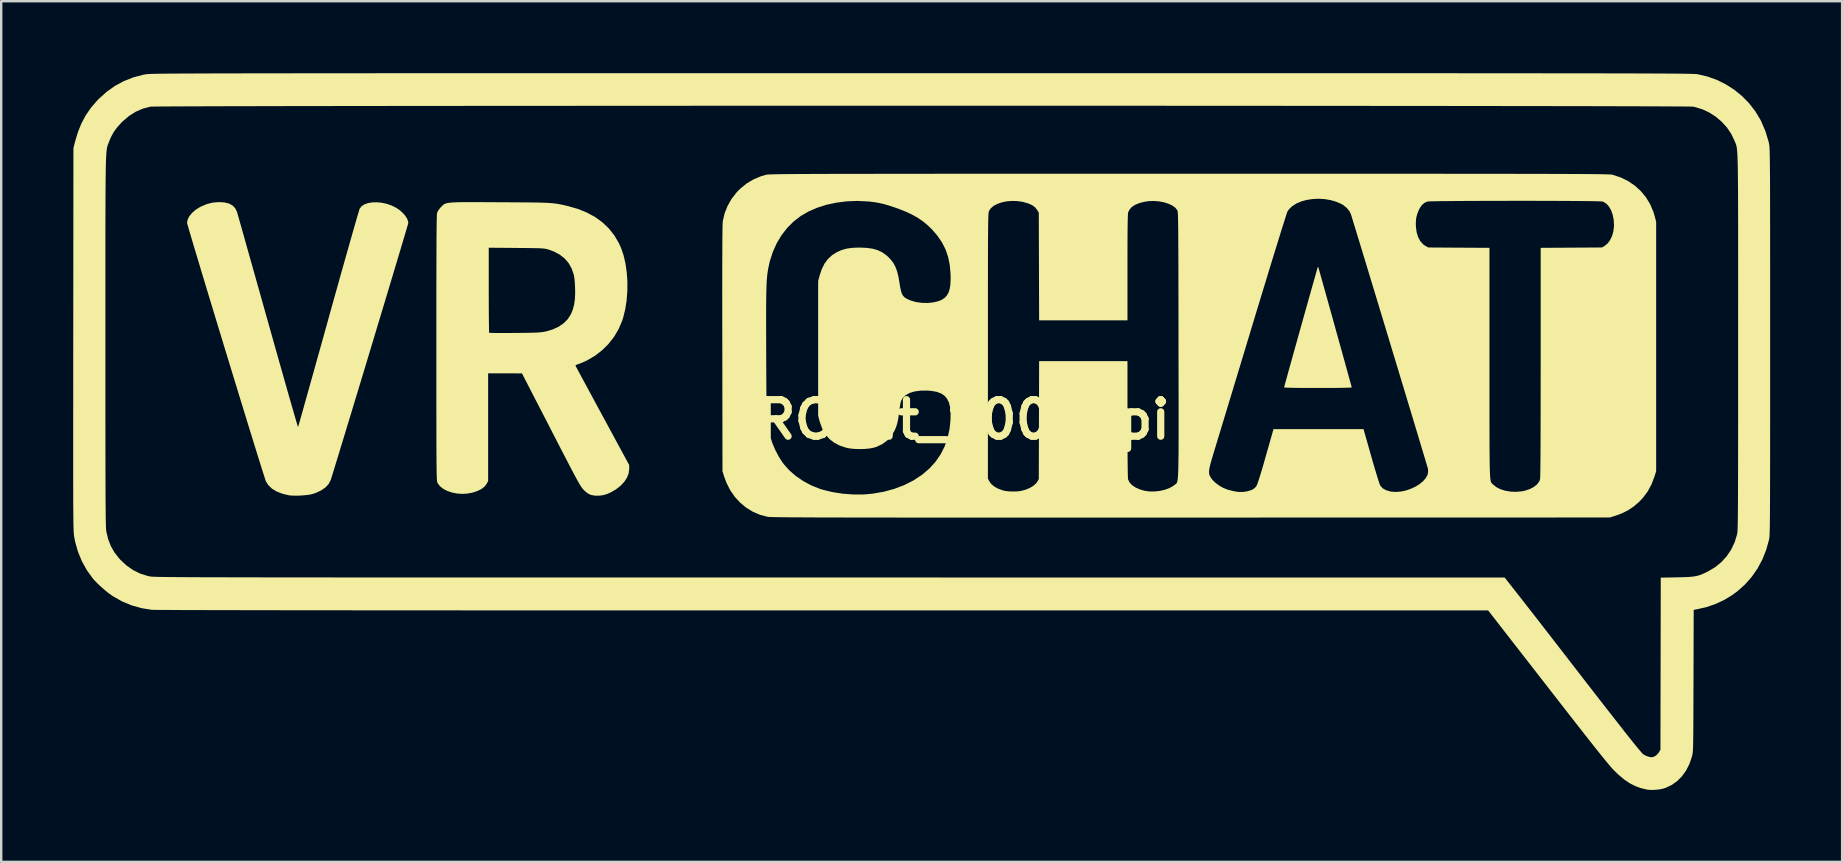
<source format=kicad_pcb>
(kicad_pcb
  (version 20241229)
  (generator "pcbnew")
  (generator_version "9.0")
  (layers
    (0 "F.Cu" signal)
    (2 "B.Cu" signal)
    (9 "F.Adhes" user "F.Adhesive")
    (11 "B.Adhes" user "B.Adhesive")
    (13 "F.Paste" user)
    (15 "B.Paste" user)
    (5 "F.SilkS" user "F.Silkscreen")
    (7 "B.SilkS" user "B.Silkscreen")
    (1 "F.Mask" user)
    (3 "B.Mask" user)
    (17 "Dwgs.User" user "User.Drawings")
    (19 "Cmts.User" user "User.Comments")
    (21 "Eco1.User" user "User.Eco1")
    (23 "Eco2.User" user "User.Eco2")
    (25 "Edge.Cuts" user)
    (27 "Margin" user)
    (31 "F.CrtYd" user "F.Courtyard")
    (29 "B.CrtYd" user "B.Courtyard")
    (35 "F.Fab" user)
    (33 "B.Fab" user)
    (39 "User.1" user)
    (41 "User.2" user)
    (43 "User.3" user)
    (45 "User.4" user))
  (footprint "VRChat_1000dpi"
    (layer "F.Cu")
    (at 36.471 14.44)
    (property "Reference" "VRChat_1000dpi" (at 0 0 0) (layer "F.SilkS") (effects (font (size 1.524 1.524) (thickness 0.3))))
    (attr board_only exclude_from_pos_files exclude_from_bom)
    (fp_poly (pts (xy 15.417 -6.358) (xy 15.427 -6.333) (xy 15.442 -6.28) (xy 15.469 -6.185) (xy 15.507 -6.051) (xy 15.554 -5.883) (xy 15.61 -5.684) (xy 15.673 -5.458) (xy 15.743 -5.209) (xy 15.818 -4.941) (xy 15.896 -4.659) (xy 15.978 -4.365) (xy 16.062 -4.065) (xy 16.146 -3.762) (xy 16.23 -3.46) (xy 16.313 -3.163) (xy 16.393 -2.875) (xy 16.469 -2.6) (xy 16.541 -2.342) (xy 16.606 -2.105) (xy 16.665 -1.893) (xy 16.715 -1.71) (xy 16.757 -1.559) (xy 16.788 -1.446) (xy 16.808 -1.373) (xy 16.815 -1.345) (xy 16.815 -1.345) (xy 16.79 -1.34) (xy 16.716 -1.335) (xy 16.597 -1.331) (xy 16.433 -1.327) (xy 16.229 -1.324) (xy 15.985 -1.322) (xy 15.704 -1.321) (xy 15.405 -1.321) (xy 15.113 -1.321) (xy 14.847 -1.322) (xy 14.611 -1.324) (xy 14.408 -1.327) (xy 14.242 -1.33) (xy 14.116 -1.334) (xy 14.033 -1.338) (xy 13.997 -1.343) (xy 13.995 -1.344) (xy 14.002 -1.372) (xy 14.021 -1.444) (xy 14.052 -1.557) (xy 14.094 -1.707) (xy 14.144 -1.89) (xy 14.203 -2.102) (xy 14.269 -2.339) (xy 14.341 -2.597) (xy 14.417 -2.872) (xy 14.498 -3.16) (xy 14.581 -3.457) (xy 14.666 -3.76) (xy 14.751 -4.064) (xy 14.835 -4.365) (xy 14.918 -4.659) (xy 14.998 -4.943) (xy 15.074 -5.213) (xy 15.144 -5.463) (xy 15.209 -5.692) (xy 15.266 -5.894) (xy 15.315 -6.065) (xy 15.354 -6.202) (xy 15.383 -6.301) (xy 15.399 -6.357) (xy 15.404 -6.37)) (stroke (width 0) (type solid)) (fill yes) (layer "F.SilkS"))
    (fp_poly (pts (xy -30.155 -9.052) (xy -29.973 -9.005) (xy -29.828 -8.926) (xy -29.72 -8.814) (xy -29.647 -8.668) (xy -29.641 -8.648) (xy -29.63 -8.611) (xy -29.606 -8.527) (xy -29.57 -8.399) (xy -29.522 -8.23) (xy -29.463 -8.023) (xy -29.394 -7.779) (xy -29.316 -7.501) (xy -29.229 -7.192) (xy -29.134 -6.854) (xy -29.031 -6.49) (xy -28.922 -6.103) (xy -28.807 -5.694) (xy -28.687 -5.267) (xy -28.562 -4.824) (xy -28.434 -4.367) (xy -28.358 -4.098) (xy -28.228 -3.637) (xy -28.102 -3.189) (xy -27.98 -2.757) (xy -27.864 -2.344) (xy -27.752 -1.952) (xy -27.648 -1.582) (xy -27.55 -1.238) (xy -27.46 -0.922) (xy -27.378 -0.637) (xy -27.305 -0.384) (xy -27.243 -0.167) (xy -27.19 0.012) (xy -27.149 0.152) (xy -27.12 0.249) (xy -27.104 0.301) (xy -27.1 0.309) (xy -27.092 0.283) (xy -27.071 0.211) (xy -27.037 0.095) (xy -26.992 -0.064) (xy -26.936 -0.261) (xy -26.87 -0.495) (xy -26.795 -0.764) (xy -26.711 -1.064) (xy -26.618 -1.394) (xy -26.518 -1.751) (xy -26.411 -2.133) (xy -26.299 -2.537) (xy -26.18 -2.96) (xy -26.057 -3.401) (xy -25.93 -3.857) (xy -25.834 -4.204) (xy -25.704 -4.671) (xy -25.577 -5.125) (xy -25.453 -5.565) (xy -25.335 -5.988) (xy -25.222 -6.39) (xy -25.114 -6.771) (xy -25.014 -7.126) (xy -24.921 -7.455) (xy -24.835 -7.753) (xy -24.759 -8.02) (xy -24.692 -8.251) (xy -24.636 -8.446) (xy -24.59 -8.6) (xy -24.556 -8.713) (xy -24.535 -8.781) (xy -24.527 -8.8) (xy -24.446 -8.9) (xy -24.326 -8.976) (xy -24.175 -9.028) (xy -24 -9.056) (xy -23.807 -9.06) (xy -23.605 -9.039) (xy -23.399 -8.994) (xy -23.197 -8.923) (xy -23.021 -8.837) (xy -22.866 -8.733) (xy -22.73 -8.613) (xy -22.621 -8.486) (xy -22.545 -8.358) (xy -22.507 -8.237) (xy -22.505 -8.2) (xy -22.512 -8.171) (xy -22.533 -8.096) (xy -22.567 -7.978) (xy -22.614 -7.819) (xy -22.672 -7.623) (xy -22.741 -7.391) (xy -22.82 -7.127) (xy -22.907 -6.834) (xy -23.004 -6.513) (xy -23.107 -6.168) (xy -23.217 -5.801) (xy -23.333 -5.415) (xy -23.454 -5.013) (xy -23.579 -4.597) (xy -23.708 -4.17) (xy -23.839 -3.735) (xy -23.971 -3.295) (xy -24.105 -2.852) (xy -24.239 -2.409) (xy -24.372 -1.968) (xy -24.504 -1.532) (xy -24.633 -1.105) (xy -24.76 -0.688) (xy -24.882 -0.284) (xy -25 0.103) (xy -25.112 0.472) (xy -25.217 0.819) (xy -25.316 1.142) (xy -25.406 1.439) (xy -25.488 1.706) (xy -25.56 1.941) (xy -25.621 2.14) (xy -25.671 2.303) (xy -25.709 2.425) (xy -25.735 2.504) (xy -25.745 2.533) (xy -25.829 2.687) (xy -25.959 2.826) (xy -26.133 2.947) (xy -26.348 3.048) (xy -26.505 3.101) (xy -26.617 3.125) (xy -26.766 3.145) (xy -26.935 3.159) (xy -27.109 3.167) (xy -27.274 3.167) (xy -27.415 3.16) (xy -27.487 3.151) (xy -27.761 3.084) (xy -27.994 2.992) (xy -28.186 2.876) (xy -28.334 2.735) (xy -28.434 2.582) (xy -28.449 2.543) (xy -28.477 2.458) (xy -28.518 2.33) (xy -28.572 2.163) (xy -28.636 1.958) (xy -28.711 1.718) (xy -28.796 1.447) (xy -28.889 1.146) (xy -28.991 0.818) (xy -29.099 0.467) (xy -29.214 0.094) (xy -29.334 -0.297) (xy -29.459 -0.704) (xy -29.588 -1.123) (xy -29.72 -1.554) (xy -29.854 -1.992) (xy -29.989 -2.435) (xy -30.125 -2.88) (xy -30.261 -3.325) (xy -30.395 -3.766) (xy -30.528 -4.202) (xy -30.657 -4.63) (xy -30.784 -5.046) (xy -30.906 -5.448) (xy -31.022 -5.834) (xy -31.133 -6.2) (xy -31.236 -6.544) (xy -31.332 -6.864) (xy -31.42 -7.156) (xy -31.498 -7.418) (xy -31.566 -7.647) (xy -31.623 -7.841) (xy -31.668 -7.996) (xy -31.701 -8.111) (xy -31.72 -8.182) (xy -31.725 -8.206) (xy -31.7 -8.34) (xy -31.631 -8.477) (xy -31.521 -8.612) (xy -31.377 -8.739) (xy -31.201 -8.852) (xy -31.128 -8.89) (xy -30.891 -8.988) (xy -30.659 -9.046) (xy -30.413 -9.067) (xy -30.377 -9.067)) (stroke (width 0) (type solid)) (fill yes) (layer "F.SilkS"))
    (fp_poly (pts (xy -19.738 -9.066) (xy -19.445 -9.065) (xy -19.107 -9.063) (xy -18.723 -9.061) (xy -18.689 -9.061) (xy -18.304 -9.059) (xy -17.966 -9.057) (xy -17.671 -9.055) (xy -17.414 -9.053) (xy -17.192 -9.05) (xy -17 -9.046) (xy -16.834 -9.04) (xy -16.691 -9.034) (xy -16.567 -9.026) (xy -16.456 -9.016) (xy -16.356 -9.004) (xy -16.261 -8.989) (xy -16.169 -8.972) (xy -16.074 -8.953) (xy -15.974 -8.93) (xy -15.863 -8.904) (xy -15.837 -8.898) (xy -15.426 -8.779) (xy -15.05 -8.626) (xy -14.71 -8.439) (xy -14.408 -8.218) (xy -14.143 -7.964) (xy -13.916 -7.677) (xy -13.729 -7.359) (xy -13.64 -7.163) (xy -13.532 -6.848) (xy -13.452 -6.5) (xy -13.399 -6.128) (xy -13.373 -5.742) (xy -13.376 -5.35) (xy -13.406 -4.964) (xy -13.465 -4.592) (xy -13.552 -4.244) (xy -13.591 -4.123) (xy -13.739 -3.776) (xy -13.93 -3.452) (xy -14.161 -3.156) (xy -14.428 -2.891) (xy -14.728 -2.661) (xy -15.057 -2.469) (xy -15.125 -2.436) (xy -15.233 -2.388) (xy -15.339 -2.345) (xy -15.422 -2.314) (xy -15.438 -2.309) (xy -15.501 -2.285) (xy -15.535 -2.26) (xy -15.536 -2.25) (xy -15.523 -2.224) (xy -15.487 -2.157) (xy -15.43 -2.051) (xy -15.355 -1.91) (xy -15.262 -1.737) (xy -15.153 -1.536) (xy -15.03 -1.308) (xy -14.895 -1.059) (xy -14.75 -0.79) (xy -14.596 -0.504) (xy -14.434 -0.206) (xy -14.412 -0.165) (xy -13.298 1.892) (xy -13.298 2.058) (xy -13.322 2.241) (xy -13.393 2.421) (xy -13.507 2.595) (xy -13.66 2.757) (xy -13.849 2.905) (xy -14.069 3.032) (xy -14.204 3.093) (xy -14.371 3.144) (xy -14.552 3.168) (xy -14.73 3.166) (xy -14.887 3.137) (xy -14.927 3.123) (xy -15.036 3.065) (xy -15.148 2.972) (xy -15.206 2.913) (xy -15.233 2.883) (xy -15.262 2.848) (xy -15.292 2.805) (xy -15.327 2.753) (xy -15.367 2.687) (xy -15.415 2.604) (xy -15.472 2.503) (xy -15.539 2.379) (xy -15.619 2.23) (xy -15.712 2.053) (xy -15.821 1.845) (xy -15.946 1.603) (xy -16.091 1.324) (xy -16.255 1.006) (xy -16.407 0.711) (xy -16.566 0.403) (xy -16.72 0.102) (xy -16.869 -0.187) (xy -17.011 -0.461) (xy -17.142 -0.716) (xy -17.262 -0.948) (xy -17.368 -1.154) (xy -17.458 -1.33) (xy -17.531 -1.472) (xy -17.585 -1.575) (xy -17.614 -1.631) (xy -17.767 -1.929) (xy -18.472 -1.93) (xy -19.177 -1.93) (xy -19.177 2.557) (xy -19.236 2.669) (xy -19.325 2.788) (xy -19.457 2.891) (xy -19.629 2.976) (xy -19.832 3.041) (xy -20.047 3.081) (xy -20.266 3.093) (xy -20.484 3.077) (xy -20.691 3.035) (xy -20.881 2.97) (xy -21.046 2.884) (xy -21.179 2.78) (xy -21.272 2.662) (xy -21.288 2.63) (xy -21.293 2.617) (xy -21.298 2.601) (xy -21.303 2.58) (xy -21.307 2.551) (xy -21.311 2.513) (xy -21.314 2.464) (xy -21.317 2.401) (xy -21.32 2.323) (xy -21.322 2.228) (xy -21.324 2.113) (xy -21.326 1.977) (xy -21.328 1.818) (xy -21.329 1.633) (xy -21.331 1.42) (xy -21.332 1.179) (xy -21.333 0.905) (xy -21.333 0.598) (xy -21.334 0.256) (xy -21.334 -0.125) (xy -21.335 -0.544) (xy -21.335 -1.006) (xy -21.335 -1.511) (xy -21.335 -2.062) (xy -21.335 -2.66) (xy -21.335 -2.994) (xy -21.335 -3.649) (xy -21.335 -4.254) (xy -21.335 -4.811) (xy -21.335 -5.323) (xy -21.334 -5.791) (xy -21.333 -6.216) (xy -21.332 -6.6) (xy -21.331 -6.945) (xy -21.33 -7.166) (xy -19.152 -7.166) (xy -19.152 -5.403) (xy -19.151 -5.109) (xy -19.151 -4.829) (xy -19.149 -4.568) (xy -19.148 -4.33) (xy -19.146 -4.12) (xy -19.143 -3.941) (xy -19.141 -3.798) (xy -19.138 -3.695) (xy -19.135 -3.635) (xy -19.133 -3.622) (xy -19.104 -3.618) (xy -19.03 -3.615) (xy -18.916 -3.613) (xy -18.767 -3.611) (xy -18.59 -3.611) (xy -18.388 -3.611) (xy -18.168 -3.613) (xy -18.06 -3.614) (xy -17.796 -3.616) (xy -17.577 -3.619) (xy -17.397 -3.623) (xy -17.251 -3.626) (xy -17.133 -3.631) (xy -17.037 -3.637) (xy -16.958 -3.645) (xy -16.889 -3.654) (xy -16.826 -3.665) (xy -16.764 -3.678) (xy -16.486 -3.76) (xy -16.241 -3.873) (xy -16.033 -4.015) (xy -15.864 -4.184) (xy -15.737 -4.379) (xy -15.724 -4.403) (xy -15.648 -4.591) (xy -15.595 -4.792) (xy -15.562 -5.016) (xy -15.55 -5.271) (xy -15.553 -5.474) (xy -15.563 -5.691) (xy -15.579 -5.871) (xy -15.6 -6.008) (xy -15.609 -6.045) (xy -15.699 -6.303) (xy -15.824 -6.527) (xy -15.988 -6.717) (xy -16.19 -6.876) (xy -16.432 -7.005) (xy -16.667 -7.091) (xy -16.713 -7.104) (xy -16.758 -7.115) (xy -16.808 -7.124) (xy -16.867 -7.132) (xy -16.941 -7.138) (xy -17.035 -7.143) (xy -17.153 -7.146) (xy -17.302 -7.149) (xy -17.485 -7.152) (xy -17.709 -7.154) (xy -17.977 -7.156) (xy -18.002 -7.157) (xy -19.152 -7.166) (xy -21.33 -7.166) (xy -21.33 -7.252) (xy -21.329 -7.524) (xy -21.327 -7.761) (xy -21.325 -7.965) (xy -21.323 -8.139) (xy -21.32 -8.283) (xy -21.318 -8.399) (xy -21.315 -8.489) (xy -21.312 -8.555) (xy -21.308 -8.599) (xy -21.305 -8.62) (xy -21.262 -8.709) (xy -21.188 -8.81) (xy -21.146 -8.856) (xy -21.11 -8.893) (xy -21.078 -8.926) (xy -21.046 -8.955) (xy -21.011 -8.979) (xy -20.969 -9) (xy -20.917 -9.017) (xy -20.852 -9.031) (xy -20.77 -9.043) (xy -20.668 -9.051) (xy -20.543 -9.058) (xy -20.39 -9.062) (xy -20.208 -9.065) (xy -19.992 -9.066)) (stroke (width 0) (type solid)) (fill yes) (layer "F.SilkS"))
    (fp_poly (pts (xy 0.435 -14.44) (xy 1.924 -14.44) (xy 3.365 -14.44) (xy 4.757 -14.44) (xy 6.101 -14.44) (xy 7.4 -14.44) (xy 8.652 -14.44) (xy 9.859 -14.44) (xy 11.022 -14.44) (xy 12.142 -14.44) (xy 13.219 -14.439) (xy 14.255 -14.439) (xy 15.249 -14.439) (xy 16.204 -14.439) (xy 17.12 -14.439) (xy 17.997 -14.439) (xy 18.837 -14.439) (xy 19.64 -14.438) (xy 20.407 -14.438) (xy 21.139 -14.438) (xy 21.837 -14.437) (xy 22.502 -14.437) (xy 23.134 -14.437) (xy 23.734 -14.436) (xy 24.304 -14.436) (xy 24.843 -14.435) (xy 25.354 -14.435) (xy 25.836 -14.434) (xy 26.29 -14.434) (xy 26.718 -14.433) (xy 27.12 -14.433) (xy 27.497 -14.432) (xy 27.849 -14.431) (xy 28.178 -14.43) (xy 28.485 -14.43) (xy 28.77 -14.429) (xy 29.034 -14.428) (xy 29.278 -14.427) (xy 29.503 -14.426) (xy 29.709 -14.425) (xy 29.898 -14.424) (xy 30.07 -14.423) (xy 30.226 -14.422) (xy 30.367 -14.42) (xy 30.494 -14.419) (xy 30.607 -14.418) (xy 30.708 -14.416) (xy 30.797 -14.415) (xy 30.875 -14.413) (xy 30.943 -14.412) (xy 31.002 -14.41) (xy 31.052 -14.408) (xy 31.095 -14.406) (xy 31.131 -14.405) (xy 31.161 -14.403) (xy 31.186 -14.401) (xy 31.206 -14.399) (xy 31.223 -14.396) (xy 31.238 -14.394) (xy 31.242 -14.394) (xy 31.649 -14.298) (xy 32.041 -14.156) (xy 32.413 -13.97) (xy 32.763 -13.745) (xy 33.084 -13.483) (xy 33.374 -13.187) (xy 33.629 -12.859) (xy 33.844 -12.504) (xy 33.884 -12.425) (xy 34.056 -12.021) (xy 34.184 -11.597) (xy 34.205 -11.506) (xy 34.209 -11.485) (xy 34.213 -11.461) (xy 34.217 -11.433) (xy 34.221 -11.399) (xy 34.224 -11.358) (xy 34.227 -11.308) (xy 34.23 -11.247) (xy 34.233 -11.174) (xy 34.235 -11.087) (xy 34.237 -10.983) (xy 34.239 -10.863) (xy 34.241 -10.723) (xy 34.243 -10.562) (xy 34.244 -10.378) (xy 34.246 -10.17) (xy 34.247 -9.937) (xy 34.248 -9.675) (xy 34.249 -9.384) (xy 34.249 -9.063) (xy 34.25 -8.708) (xy 34.25 -8.319) (xy 34.251 -7.894) (xy 34.251 -7.431) (xy 34.251 -6.928) (xy 34.252 -6.384) (xy 34.252 -5.798) (xy 34.252 -5.166) (xy 34.252 -4.489) (xy 34.252 -3.763) (xy 34.252 -3.251) (xy 34.252 -2.493) (xy 34.252 -1.783) (xy 34.252 -1.121) (xy 34.252 -0.505) (xy 34.252 0.067) (xy 34.251 0.597) (xy 34.251 1.086) (xy 34.251 1.537) (xy 34.25 1.95) (xy 34.25 2.327) (xy 34.249 2.671) (xy 34.248 2.982) (xy 34.247 3.263) (xy 34.246 3.515) (xy 34.245 3.74) (xy 34.244 3.939) (xy 34.242 4.115) (xy 34.241 4.269) (xy 34.239 4.402) (xy 34.237 4.517) (xy 34.234 4.615) (xy 34.232 4.697) (xy 34.229 4.766) (xy 34.226 4.823) (xy 34.223 4.87) (xy 34.22 4.909) (xy 34.216 4.94) (xy 34.212 4.967) (xy 34.208 4.99) (xy 34.205 5.004) (xy 34.087 5.429) (xy 33.926 5.831) (xy 33.724 6.207) (xy 33.483 6.554) (xy 33.204 6.869) (xy 32.89 7.15) (xy 32.664 7.316) (xy 32.327 7.519) (xy 31.98 7.681) (xy 31.611 7.808) (xy 31.211 7.901) (xy 31.161 7.91) (xy 31.066 7.927) (xy 31.058 10.878) (xy 31.056 11.328) (xy 31.055 11.729) (xy 31.054 12.086) (xy 31.053 12.401) (xy 31.051 12.676) (xy 31.05 12.915) (xy 31.048 13.121) (xy 31.046 13.296) (xy 31.044 13.444) (xy 31.041 13.568) (xy 31.038 13.669) (xy 31.035 13.752) (xy 31.03 13.819) (xy 31.026 13.874) (xy 31.02 13.918) (xy 31.014 13.955) (xy 31.007 13.988) (xy 30.999 14.02) (xy 30.994 14.039) (xy 30.891 14.342) (xy 30.754 14.614) (xy 30.585 14.852) (xy 30.387 15.055) (xy 30.161 15.218) (xy 29.912 15.338) (xy 29.8 15.376) (xy 29.677 15.403) (xy 29.526 15.421) (xy 29.369 15.431) (xy 29.225 15.429) (xy 29.13 15.419) (xy 28.87 15.358) (xy 28.629 15.27) (xy 28.399 15.152) (xy 28.173 14.999) (xy 27.941 14.806) (xy 27.761 14.633) (xy 27.716 14.586) (xy 27.664 14.53) (xy 27.603 14.461) (xy 27.533 14.378) (xy 27.45 14.28) (xy 27.355 14.164) (xy 27.245 14.029) (xy 27.12 13.872) (xy 26.976 13.692) (xy 26.814 13.487) (xy 26.631 13.255) (xy 26.427 12.995) (xy 26.198 12.703) (xy 25.945 12.379) (xy 25.666 12.021) (xy 25.359 11.626) (xy 25.022 11.194) (xy 24.984 11.144) (xy 22.499 7.95) (xy -5.22 7.95) (xy -6.822 7.95) (xy -8.375 7.95) (xy -9.877 7.95) (xy -11.329 7.95) (xy -12.732 7.95) (xy -14.085 7.949) (xy -15.389 7.949) (xy -16.645 7.949) (xy -17.852 7.949) (xy -19.011 7.948) (xy -20.122 7.948) (xy -21.185 7.947) (xy -22.201 7.947) (xy -23.17 7.946) (xy -24.093 7.946) (xy -24.969 7.945) (xy -25.799 7.944) (xy -26.583 7.944) (xy -27.322 7.943) (xy -28.015 7.942) (xy -28.664 7.941) (xy -29.268 7.94) (xy -29.827 7.939) (xy -30.343 7.938) (xy -30.815 7.937) (xy -31.243 7.936) (xy -31.628 7.935) (xy -31.97 7.934) (xy -32.27 7.932) (xy -32.527 7.931) (xy -32.743 7.93) (xy -32.916 7.929) (xy -33.049 7.927) (xy -33.14 7.926) (xy -33.19 7.924) (xy -33.199 7.924) (xy -33.625 7.856) (xy -34.032 7.741) (xy -34.421 7.58) (xy -34.796 7.37) (xy -34.861 7.327) (xy -34.996 7.23) (xy -35.147 7.108) (xy -35.302 6.973) (xy -35.449 6.835) (xy -35.576 6.706) (xy -35.648 6.624) (xy -35.9 6.275) (xy -36.108 5.901) (xy -36.272 5.505) (xy -36.389 5.088) (xy -36.425 4.902) (xy -36.43 4.874) (xy -36.435 4.844) (xy -36.439 4.812) (xy -36.442 4.776) (xy -36.446 4.734) (xy -36.449 4.683) (xy -36.452 4.624) (xy -36.455 4.553) (xy -36.457 4.469) (xy -36.46 4.371) (xy -36.462 4.256) (xy -36.463 4.123) (xy -36.465 3.97) (xy -36.466 3.796) (xy -36.468 3.598) (xy -36.469 3.376) (xy -36.469 3.127) (xy -36.47 2.849) (xy -36.471 2.541) (xy -36.471 2.202) (xy -36.471 1.829) (xy -36.471 1.421) (xy -36.471 0.975) (xy -36.471 0.491) (xy -36.471 -0.033) (xy -36.47 -0.6) (xy -36.47 -1.21) (xy -36.469 -1.866) (xy -36.469 -2.569) (xy -36.468 -3.322) (xy -36.468 -3.353) (xy -36.466 -5.704) (xy -35.128 -5.704) (xy -35.128 -5.073) (xy -35.128 -4.397) (xy -35.128 -3.672) (xy -35.128 -3.251) (xy -35.128 -2.502) (xy -35.128 -1.801) (xy -35.128 -1.148) (xy -35.128 -0.541) (xy -35.128 0.022) (xy -35.127 0.543) (xy -35.127 1.023) (xy -35.126 1.464) (xy -35.126 1.868) (xy -35.125 2.236) (xy -35.124 2.57) (xy -35.123 2.872) (xy -35.122 3.143) (xy -35.12 3.386) (xy -35.119 3.601) (xy -35.117 3.791) (xy -35.116 3.957) (xy -35.114 4.1) (xy -35.111 4.224) (xy -35.109 4.328) (xy -35.107 4.416) (xy -35.104 4.488) (xy -35.101 4.546) (xy -35.098 4.592) (xy -35.094 4.628) (xy -35.09 4.655) (xy -35.09 4.659) (xy -35.014 4.979) (xy -34.903 5.267) (xy -34.751 5.532) (xy -34.555 5.783) (xy -34.496 5.848) (xy -34.243 6.082) (xy -33.973 6.27) (xy -33.683 6.413) (xy -33.368 6.513) (xy -33.287 6.531) (xy -33.275 6.533) (xy -33.26 6.535) (xy -33.242 6.538) (xy -33.221 6.54) (xy -33.195 6.542) (xy -33.164 6.544) (xy -33.126 6.546) (xy -33.08 6.548) (xy -33.027 6.55) (xy -32.964 6.551) (xy -32.891 6.553) (xy -32.808 6.554) (xy -32.713 6.556) (xy -32.605 6.557) (xy -32.483 6.559) (xy -32.347 6.56) (xy -32.196 6.561) (xy -32.029 6.563) (xy -31.844 6.564) (xy -31.642 6.565) (xy -31.42 6.566) (xy -31.179 6.567) (xy -30.917 6.568) (xy -30.634 6.569) (xy -30.328 6.569) (xy -29.999 6.57) (xy -29.646 6.571) (xy -29.268 6.572) (xy -28.863 6.572) (xy -28.432 6.573) (xy -27.973 6.573) (xy -27.486 6.574) (xy -26.969 6.574) (xy -26.421 6.575) (xy -25.842 6.575) (xy -25.231 6.576) (xy -24.587 6.576) (xy -23.909 6.576) (xy -23.196 6.576) (xy -22.448 6.577) (xy -21.663 6.577) (xy -20.84 6.577) (xy -19.979 6.577) (xy -19.078 6.577) (xy -18.138 6.578) (xy -17.156 6.578) (xy -16.132 6.578) (xy -15.066 6.578) (xy -13.956 6.578) (xy -12.801 6.578) (xy -11.601 6.578) (xy -10.354 6.578) (xy -9.06 6.578) (xy -7.718 6.578) (xy -6.327 6.578) (xy -4.935 6.578) (xy 23.188 6.579) (xy 23.781 7.334) (xy 23.906 7.493) (xy 24.057 7.687) (xy 24.229 7.908) (xy 24.418 8.15) (xy 24.618 8.407) (xy 24.824 8.673) (xy 25.033 8.942) (xy 25.238 9.207) (xy 25.416 9.436) (xy 25.685 9.784) (xy 25.926 10.096) (xy 26.141 10.374) (xy 26.333 10.622) (xy 26.505 10.844) (xy 26.658 11.042) (xy 26.797 11.221) (xy 26.922 11.383) (xy 27.038 11.532) (xy 27.146 11.671) (xy 27.25 11.804) (xy 27.351 11.934) (xy 27.453 12.065) (xy 27.559 12.2) (xy 27.67 12.342) (xy 27.789 12.494) (xy 27.92 12.661) (xy 28.064 12.845) (xy 28.119 12.916) (xy 28.272 13.111) (xy 28.419 13.296) (xy 28.555 13.465) (xy 28.677 13.616) (xy 28.782 13.743) (xy 28.866 13.842) (xy 28.926 13.91) (xy 28.958 13.942) (xy 29.059 14) (xy 29.178 14.046) (xy 29.289 14.069) (xy 29.308 14.07) (xy 29.368 14.059) (xy 29.443 14.029) (xy 29.464 14.018) (xy 29.538 13.96) (xy 29.605 13.883) (xy 29.62 13.859) (xy 29.68 13.754) (xy 29.687 10.169) (xy 29.693 6.584) (xy 30.36 6.572) (xy 30.598 6.566) (xy 30.793 6.559) (xy 30.955 6.548) (xy 31.091 6.532) (xy 31.209 6.509) (xy 31.32 6.477) (xy 31.429 6.436) (xy 31.547 6.382) (xy 31.663 6.325) (xy 31.958 6.15) (xy 32.218 5.937) (xy 32.443 5.691) (xy 32.628 5.416) (xy 32.772 5.113) (xy 32.872 4.787) (xy 32.881 4.745) (xy 32.885 4.723) (xy 32.888 4.69) (xy 32.891 4.647) (xy 32.894 4.589) (xy 32.897 4.517) (xy 32.9 4.428) (xy 32.902 4.321) (xy 32.904 4.194) (xy 32.906 4.046) (xy 32.908 3.874) (xy 32.909 3.677) (xy 32.911 3.454) (xy 32.912 3.203) (xy 32.913 2.923) (xy 32.914 2.61) (xy 32.915 2.265) (xy 32.916 1.885) (xy 32.916 1.469) (xy 32.917 1.015) (xy 32.917 0.521) (xy 32.918 -0.013) (xy 32.918 -0.591) (xy 32.918 -1.213) (xy 32.918 -1.882) (xy 32.918 -2.598) (xy 32.918 -3.241) (xy 32.918 -3.997) (xy 32.918 -4.704) (xy 32.919 -5.364) (xy 32.919 -5.978) (xy 32.919 -6.547) (xy 32.918 -7.075) (xy 32.918 -7.562) (xy 32.918 -8.011) (xy 32.917 -8.422) (xy 32.916 -8.798) (xy 32.915 -9.14) (xy 32.914 -9.451) (xy 32.912 -9.731) (xy 32.91 -9.982) (xy 32.908 -10.207) (xy 32.905 -10.407) (xy 32.902 -10.583) (xy 32.898 -10.738) (xy 32.894 -10.873) (xy 32.89 -10.989) (xy 32.884 -11.089) (xy 32.878 -11.175) (xy 32.872 -11.247) (xy 32.865 -11.308) (xy 32.857 -11.359) (xy 32.849 -11.402) (xy 32.839 -11.439) (xy 32.829 -11.472) (xy 32.819 -11.501) (xy 32.807 -11.53) (xy 32.794 -11.559) (xy 32.781 -11.591) (xy 32.767 -11.626) (xy 32.63 -11.911) (xy 32.451 -12.176) (xy 32.235 -12.415) (xy 31.987 -12.625) (xy 31.715 -12.801) (xy 31.424 -12.937) (xy 31.119 -13.029) (xy 31.039 -13.045) (xy 31.004 -13.047) (xy 30.919 -13.048) (xy 30.786 -13.05) (xy 30.606 -13.052) (xy 30.379 -13.053) (xy 30.108 -13.055) (xy 29.792 -13.056) (xy 29.435 -13.058) (xy 29.035 -13.059) (xy 28.596 -13.061) (xy 28.117 -13.062) (xy 27.601 -13.063) (xy 27.048 -13.065) (xy 26.459 -13.066) (xy 25.836 -13.067) (xy 25.18 -13.068) (xy 24.492 -13.069) (xy 23.773 -13.07) (xy 23.024 -13.071) (xy 22.247 -13.072) (xy 21.442 -13.073) (xy 20.612 -13.074) (xy 19.756 -13.075) (xy 18.877 -13.076) (xy 17.974 -13.076) (xy 17.051 -13.077) (xy 16.107 -13.078) (xy 15.144 -13.079) (xy 14.163 -13.079) (xy 13.165 -13.08) (xy 12.152 -13.08) (xy 11.125 -13.081) (xy 10.084 -13.081) (xy 9.031 -13.082) (xy 7.967 -13.082) (xy 6.893 -13.082) (xy 5.811 -13.083) (xy 4.722 -13.083) (xy 3.626 -13.083) (xy 2.525 -13.083) (xy 1.421 -13.083) (xy 0.314 -13.083) (xy -0.795 -13.083) (xy -1.904 -13.083) (xy -3.012 -13.083) (xy -4.119 -13.083) (xy -5.222 -13.083) (xy -6.32 -13.083) (xy -7.413 -13.083) (xy -8.5 -13.082) (xy -9.578 -13.082) (xy -10.648 -13.082) (xy -11.707 -13.081) (xy -12.755 -13.081) (xy -13.79 -13.081) (xy -14.811 -13.08) (xy -15.818 -13.079) (xy -16.808 -13.079) (xy -17.781 -13.078) (xy -18.736 -13.078) (xy -19.671 -13.077) (xy -20.585 -13.076) (xy -21.478 -13.075) (xy -22.347 -13.075) (xy -23.191 -13.074) (xy -24.011 -13.073) (xy -24.803 -13.072) (xy -25.568 -13.071) (xy -26.304 -13.07) (xy -27.01 -13.069) (xy -27.684 -13.068) (xy -28.325 -13.067) (xy -28.933 -13.065) (xy -29.507 -13.064) (xy -30.044 -13.063) (xy -30.543 -13.061) (xy -31.005 -13.06) (xy -31.427 -13.059) (xy -31.808 -13.057) (xy -32.147 -13.056) (xy -32.443 -13.054) (xy -32.694 -13.053) (xy -32.901 -13.051) (xy -33.06 -13.049) (xy -33.172 -13.048) (xy -33.235 -13.046) (xy -33.249 -13.045) (xy -33.564 -12.964) (xy -33.862 -12.835) (xy -34.143 -12.658) (xy -34.407 -12.434) (xy -34.444 -12.398) (xy -34.629 -12.196) (xy -34.775 -11.997) (xy -34.892 -11.786) (xy -34.979 -11.579) (xy -34.993 -11.541) (xy -35.006 -11.507) (xy -35.019 -11.475) (xy -35.03 -11.444) (xy -35.041 -11.411) (xy -35.051 -11.375) (xy -35.06 -11.334) (xy -35.068 -11.286) (xy -35.076 -11.23) (xy -35.083 -11.165) (xy -35.089 -11.087) (xy -35.095 -10.996) (xy -35.1 -10.89) (xy -35.105 -10.766) (xy -35.109 -10.624) (xy -35.112 -10.462) (xy -35.115 -10.277) (xy -35.118 -10.069) (xy -35.12 -9.834) (xy -35.122 -9.573) (xy -35.124 -9.282) (xy -35.125 -8.961) (xy -35.126 -8.607) (xy -35.127 -8.219) (xy -35.128 -7.795) (xy -35.128 -7.333) (xy -35.128 -6.832) (xy -35.128 -6.289) (xy -35.128 -5.704) (xy -36.466 -5.704) (xy -36.461 -11.316) (xy -36.394 -11.582) (xy -36.274 -11.985) (xy -36.126 -12.351) (xy -35.946 -12.687) (xy -35.729 -13.001) (xy -35.471 -13.3) (xy -35.397 -13.376) (xy -35.074 -13.666) (xy -34.728 -13.911) (xy -34.359 -14.11) (xy -33.966 -14.265) (xy -33.551 -14.374) (xy -33.452 -14.393) (xy -33.438 -14.395) (xy -33.422 -14.397) (xy -33.404 -14.399) (xy -33.381 -14.401) (xy -33.354 -14.403) (xy -33.322 -14.405) (xy -33.284 -14.407) (xy -33.238 -14.409) (xy -33.185 -14.411) (xy -33.123 -14.412) (xy -33.051 -14.414) (xy -32.969 -14.415) (xy -32.876 -14.417) (xy -32.771 -14.418) (xy -32.653 -14.42) (xy -32.522 -14.421) (xy -32.376 -14.422) (xy -32.214 -14.423) (xy -32.037 -14.424) (xy -31.842 -14.425) (xy -31.63 -14.426) (xy -31.399 -14.427) (xy -31.148 -14.428) (xy -30.877 -14.429) (xy -30.585 -14.43) (xy -30.271 -14.431) (xy -29.934 -14.432) (xy -29.574 -14.432) (xy -29.189 -14.433) (xy -28.778 -14.434) (xy -28.342 -14.434) (xy -27.878 -14.435) (xy -27.387 -14.435) (xy -26.867 -14.436) (xy -26.318 -14.436) (xy -25.738 -14.437) (xy -25.127 -14.437) (xy -24.485 -14.437) (xy -23.809 -14.438) (xy -23.1 -14.438) (xy -22.356 -14.438) (xy -21.578 -14.438) (xy -20.763 -14.439) (xy -19.911 -14.439) (xy -19.021 -14.439) (xy -18.092 -14.439) (xy -17.125 -14.439) (xy -16.117 -14.439) (xy -15.067 -14.44) (xy -13.976 -14.44) (xy -12.842 -14.44) (xy -11.665 -14.44) (xy -10.443 -14.44) (xy -9.176 -14.44) (xy -7.863 -14.44) (xy -6.502 -14.44) (xy -5.095 -14.44) (xy -3.638 -14.44) (xy -2.132 -14.44) (xy -1.105 -14.44)) (stroke (width 0) (type solid)) (fill yes) (layer "F.SilkS"))
    (fp_poly (pts (xy 11.176 -10.249) (xy 12.257 -10.249) (xy 13.29 -10.249) (xy 14.275 -10.249) (xy 15.214 -10.249) (xy 16.107 -10.249) (xy 16.957 -10.249) (xy 17.763 -10.248) (xy 18.528 -10.248) (xy 19.252 -10.248) (xy 19.937 -10.248) (xy 20.583 -10.248) (xy 21.192 -10.247) (xy 21.764 -10.247) (xy 22.302 -10.246) (xy 22.806 -10.246) (xy 23.277 -10.246) (xy 23.716 -10.245) (xy 24.125 -10.244) (xy 24.504 -10.244) (xy 24.855 -10.243) (xy 25.179 -10.242) (xy 25.476 -10.241) (xy 25.749 -10.24) (xy 25.998 -10.239) (xy 26.225 -10.238) (xy 26.429 -10.237) (xy 26.614 -10.236) (xy 26.779 -10.234) (xy 26.926 -10.233) (xy 27.056 -10.231) (xy 27.17 -10.23) (xy 27.269 -10.228) (xy 27.354 -10.226) (xy 27.427 -10.224) (xy 27.489 -10.222) (xy 27.54 -10.22) (xy 27.582 -10.218) (xy 27.616 -10.215) (xy 27.643 -10.213) (xy 27.664 -10.21) (xy 27.681 -10.207) (xy 27.694 -10.204) (xy 27.695 -10.204) (xy 28.03 -10.093) (xy 28.339 -9.94) (xy 28.619 -9.749) (xy 28.867 -9.522) (xy 29.08 -9.262) (xy 29.255 -8.972) (xy 29.389 -8.655) (xy 29.445 -8.466) (xy 29.502 -8.242) (xy 29.502 2.146) (xy 29.432 2.37) (xy 29.306 2.701) (xy 29.145 2.997) (xy 28.948 3.261) (xy 28.784 3.433) (xy 28.552 3.63) (xy 28.311 3.788) (xy 28.047 3.916) (xy 27.795 4.007) (xy 27.572 4.077) (xy 10.122 4.081) (xy 8.976 4.081) (xy 7.88 4.081) (xy 6.832 4.082) (xy 5.832 4.082) (xy 4.878 4.082) (xy 3.97 4.082) (xy 3.107 4.082) (xy 2.286 4.082) (xy 1.508 4.082) (xy 0.771 4.082) (xy 0.074 4.081) (xy -0.584 4.081) (xy -1.204 4.081) (xy -1.788 4.081) (xy -2.335 4.08) (xy -2.848 4.08) (xy -3.327 4.079) (xy -3.774 4.079) (xy -4.189 4.078) (xy -4.574 4.077) (xy -4.929 4.076) (xy -5.256 4.075) (xy -5.556 4.075) (xy -5.83 4.073) (xy -6.079 4.072) (xy -6.304 4.071) (xy -6.505 4.07) (xy -6.686 4.069) (xy -6.845 4.067) (xy -6.985 4.066) (xy -7.106 4.064) (xy -7.209 4.062) (xy -7.296 4.06) (xy -7.368 4.058) (xy -7.425 4.056) (xy -7.47 4.054) (xy -7.502 4.052) (xy -7.522 4.05) (xy -7.526 4.049) (xy -7.844 3.966) (xy -8.144 3.838) (xy -8.422 3.668) (xy -8.675 3.458) (xy -8.899 3.214) (xy -9.09 2.936) (xy -9.246 2.629) (xy -9.34 2.375) (xy -9.411 2.146) (xy -9.418 -2.972) (xy -9.419 -3.625) (xy -9.42 -4.081) (xy -7.592 -4.081) (xy -7.591 -3.719) (xy -7.59 -3.313) (xy -7.589 -2.86) (xy -7.588 -2.769) (xy -7.587 -2.323) (xy -7.585 -1.926) (xy -7.583 -1.573) (xy -7.581 -1.26) (xy -7.579 -0.986) (xy -7.576 -0.746) (xy -7.572 -0.537) (xy -7.568 -0.356) (xy -7.562 -0.2) (xy -7.556 -0.066) (xy -7.548 0.05) (xy -7.538 0.152) (xy -7.527 0.241) (xy -7.514 0.322) (xy -7.5 0.398) (xy -7.483 0.472) (xy -7.464 0.548) (xy -7.443 0.627) (xy -7.428 0.681) (xy -7.334 0.971) (xy -7.212 1.26) (xy -7.068 1.535) (xy -6.912 1.78) (xy -6.854 1.857) (xy -6.623 2.115) (xy -6.351 2.35) (xy -6.045 2.559) (xy -5.714 2.737) (xy -5.364 2.878) (xy -5.237 2.919) (xy -4.828 3.019) (xy -4.394 3.086) (xy -3.952 3.119) (xy -3.516 3.117) (xy -3.157 3.085) (xy -2.69 3.004) (xy -2.249 2.884) (xy -1.835 2.727) (xy -1.453 2.534) (xy -1.329 2.453) (xy 1.651 2.453) (xy 1.708 2.566) (xy 1.794 2.684) (xy 1.923 2.791) (xy 2.086 2.88) (xy 2.276 2.948) (xy 2.375 2.971) (xy 2.485 2.985) (xy 2.624 2.993) (xy 2.774 2.993) (xy 2.913 2.986) (xy 3.014 2.973) (xy 3.214 2.922) (xy 3.394 2.848) (xy 3.545 2.757) (xy 3.66 2.654) (xy 3.709 2.586) (xy 3.772 2.477) (xy 3.779 0.019) (xy 3.786 -2.438) (xy 7.468 -2.438) (xy 7.468 -0.019) (xy 7.468 0.398) (xy 7.469 0.783) (xy 7.47 1.135) (xy 7.472 1.451) (xy 7.474 1.729) (xy 7.477 1.967) (xy 7.48 2.163) (xy 7.483 2.316) (xy 7.487 2.422) (xy 7.491 2.48) (xy 7.493 2.489) (xy 7.553 2.615) (xy 7.66 2.729) (xy 7.807 2.828) (xy 7.992 2.91) (xy 8.171 2.962) (xy 8.374 2.992) (xy 8.591 2.994) (xy 8.811 2.97) (xy 9.022 2.922) (xy 9.213 2.853) (xy 9.373 2.764) (xy 9.431 2.719) (xy 9.45 2.704) (xy 9.468 2.691) (xy 9.484 2.68) (xy 9.499 2.668) (xy 9.513 2.653) (xy 9.525 2.633) (xy 9.536 2.606) (xy 9.546 2.57) (xy 9.555 2.523) (xy 9.563 2.463) (xy 9.57 2.388) (xy 9.576 2.297) (xy 9.581 2.186) (xy 9.582 2.175) (xy 10.867 2.175) (xy 10.871 2.242) (xy 10.884 2.301) (xy 10.907 2.356) (xy 10.916 2.375) (xy 11.006 2.505) (xy 11.136 2.633) (xy 11.294 2.75) (xy 11.47 2.848) (xy 11.653 2.919) (xy 11.659 2.921) (xy 11.888 2.98) (xy 12.087 3.011) (xy 12.268 3.014) (xy 12.441 2.99) (xy 12.468 2.984) (xy 12.611 2.942) (xy 12.716 2.891) (xy 12.796 2.823) (xy 12.841 2.767) (xy 12.864 2.72) (xy 12.897 2.634) (xy 12.94 2.507) (xy 12.994 2.336) (xy 13.059 2.122) (xy 13.136 1.861) (xy 13.224 1.552) (xy 13.229 1.534) (xy 13.554 0.394) (xy 17.306 0.394) (xy 17.627 1.525) (xy 17.698 1.773) (xy 17.765 2.004) (xy 17.827 2.212) (xy 17.883 2.394) (xy 17.93 2.544) (xy 17.968 2.657) (xy 17.995 2.729) (xy 18.006 2.751) (xy 18.102 2.859) (xy 18.241 2.939) (xy 18.422 2.992) (xy 18.469 3.001) (xy 18.665 3.013) (xy 18.871 2.995) (xy 19.078 2.95) (xy 19.281 2.88) (xy 19.472 2.791) (xy 19.643 2.684) (xy 19.788 2.565) (xy 19.9 2.436) (xy 19.972 2.301) (xy 19.99 2.234) (xy 19.997 2.14) (xy 19.99 2.047) (xy 19.988 2.037) (xy 19.978 2.003) (xy 19.955 1.923) (xy 19.918 1.799) (xy 19.869 1.636) (xy 19.809 1.435) (xy 19.738 1.199) (xy 19.657 0.93) (xy 19.568 0.632) (xy 19.47 0.308) (xy 19.365 -0.041) (xy 19.253 -0.411) (xy 19.136 -0.799) (xy 19.014 -1.203) (xy 18.888 -1.62) (xy 18.758 -2.048) (xy 18.627 -2.483) (xy 18.493 -2.923) (xy 18.36 -3.366) (xy 18.226 -3.807) (xy 18.093 -4.246) (xy 17.962 -4.678) (xy 17.834 -5.102) (xy 17.709 -5.513) (xy 17.588 -5.911) (xy 17.473 -6.292) (xy 17.363 -6.653) (xy 17.26 -6.991) (xy 17.165 -7.305) (xy 17.078 -7.59) (xy 17 -7.845) (xy 16.933 -8.066) (xy 16.882 -8.231) (xy 19.486 -8.231) (xy 19.488 -8.052) (xy 19.518 -7.814) (xy 19.581 -7.608) (xy 19.674 -7.436) (xy 19.797 -7.303) (xy 19.889 -7.239) (xy 20.003 -7.176) (xy 21.279 -7.168) (xy 22.555 -7.161) (xy 22.555 -2.36) (xy 22.555 -1.773) (xy 22.555 -1.235) (xy 22.555 -0.743) (xy 22.555 -0.295) (xy 22.555 0.111) (xy 22.556 0.476) (xy 22.556 0.804) (xy 22.557 1.096) (xy 22.559 1.354) (xy 22.561 1.581) (xy 22.563 1.779) (xy 22.566 1.95) (xy 22.57 2.096) (xy 22.574 2.219) (xy 22.58 2.321) (xy 22.586 2.405) (xy 22.593 2.473) (xy 22.601 2.527) (xy 22.609 2.568) (xy 22.62 2.6) (xy 22.631 2.624) (xy 22.643 2.643) (xy 22.657 2.658) (xy 22.672 2.672) (xy 22.688 2.687) (xy 22.703 2.701) (xy 22.839 2.811) (xy 23.013 2.899) (xy 23.215 2.962) (xy 23.436 2.999) (xy 23.666 3.008) (xy 23.897 2.988) (xy 24.046 2.957) (xy 24.237 2.891) (xy 24.402 2.805) (xy 24.533 2.701) (xy 24.624 2.584) (xy 24.662 2.496) (xy 24.666 2.46) (xy 24.669 2.379) (xy 24.672 2.253) (xy 24.675 2.081) (xy 24.678 1.863) (xy 24.68 1.598) (xy 24.682 1.286) (xy 24.684 0.927) (xy 24.685 0.52) (xy 24.686 0.064) (xy 24.687 -0.441) (xy 24.688 -0.995) (xy 24.688 -1.599) (xy 24.689 -2.253) (xy 24.689 -2.38) (xy 24.689 -7.161) (xy 27.241 -7.176) (xy 27.36 -7.245) (xy 27.479 -7.343) (xy 27.581 -7.481) (xy 27.662 -7.65) (xy 27.717 -7.843) (xy 27.743 -8.05) (xy 27.744 -8.103) (xy 27.732 -8.327) (xy 27.692 -8.535) (xy 27.627 -8.719) (xy 27.54 -8.874) (xy 27.435 -8.994) (xy 27.314 -9.073) (xy 27.261 -9.092) (xy 27.222 -9.096) (xy 27.135 -9.099) (xy 27.005 -9.103) (xy 26.835 -9.106) (xy 26.628 -9.108) (xy 26.389 -9.111) (xy 26.12 -9.113) (xy 25.826 -9.115) (xy 25.509 -9.117) (xy 25.173 -9.118) (xy 24.823 -9.119) (xy 24.46 -9.12) (xy 24.09 -9.12) (xy 23.715 -9.12) (xy 23.339 -9.12) (xy 22.966 -9.119) (xy 22.599 -9.119) (xy 22.241 -9.118) (xy 21.897 -9.116) (xy 21.569 -9.115) (xy 21.262 -9.113) (xy 20.979 -9.111) (xy 20.723 -9.108) (xy 20.498 -9.106) (xy 20.307 -9.103) (xy 20.155 -9.099) (xy 20.044 -9.096) (xy 19.978 -9.092) (xy 19.962 -9.09) (xy 19.835 -9.029) (xy 19.732 -8.937) (xy 19.645 -8.805) (xy 19.62 -8.756) (xy 19.547 -8.581) (xy 19.503 -8.412) (xy 19.486 -8.231) (xy 16.882 -8.231) (xy 16.876 -8.252) (xy 16.831 -8.398) (xy 16.799 -8.503) (xy 16.78 -8.563) (xy 16.775 -8.577) (xy 16.704 -8.709) (xy 16.595 -8.836) (xy 16.46 -8.944) (xy 16.391 -8.985) (xy 16.167 -9.083) (xy 15.927 -9.152) (xy 15.676 -9.193) (xy 15.423 -9.207) (xy 15.172 -9.194) (xy 14.932 -9.156) (xy 14.708 -9.094) (xy 14.506 -9.007) (xy 14.335 -8.898) (xy 14.199 -8.767) (xy 14.137 -8.678) (xy 14.124 -8.643) (xy 14.096 -8.562) (xy 14.056 -8.437) (xy 14.003 -8.271) (xy 13.938 -8.066) (xy 13.862 -7.825) (xy 13.777 -7.549) (xy 13.682 -7.242) (xy 13.578 -6.906) (xy 13.467 -6.544) (xy 13.348 -6.157) (xy 13.224 -5.748) (xy 13.093 -5.321) (xy 12.958 -4.876) (xy 12.818 -4.417) (xy 12.7 -4.026) (xy 12.555 -3.547) (xy 12.412 -3.074) (xy 12.271 -2.609) (xy 12.134 -2.156) (xy 12.001 -1.718) (xy 11.874 -1.297) (xy 11.752 -0.897) (xy 11.638 -0.521) (xy 11.532 -0.17) (xy 11.434 0.151) (xy 11.347 0.44) (xy 11.27 0.693) (xy 11.204 0.909) (xy 11.151 1.084) (xy 11.111 1.214) (xy 11.094 1.27) (xy 11.022 1.509) (xy 10.964 1.705) (xy 10.921 1.864) (xy 10.891 1.992) (xy 10.873 2.094) (xy 10.867 2.175) (xy 9.582 2.175) (xy 9.586 2.055) (xy 9.589 1.901) (xy 9.592 1.722) (xy 9.595 1.516) (xy 9.597 1.281) (xy 9.598 1.016) (xy 9.599 0.717) (xy 9.599 0.384) (xy 9.599 0.014) (xy 9.599 -0.395) (xy 9.599 -0.844) (xy 9.598 -1.336) (xy 9.597 -1.873) (xy 9.596 -2.457) (xy 9.595 -3.09) (xy 9.595 -3.111) (xy 9.595 -3.737) (xy 9.594 -4.314) (xy 9.593 -4.844) (xy 9.592 -5.329) (xy 9.591 -5.772) (xy 9.591 -6.174) (xy 9.59 -6.537) (xy 9.589 -6.863) (xy 9.587 -7.155) (xy 9.586 -7.414) (xy 9.585 -7.642) (xy 9.583 -7.842) (xy 9.581 -8.014) (xy 9.579 -8.163) (xy 9.577 -8.288) (xy 9.575 -8.393) (xy 9.572 -8.479) (xy 9.569 -8.549) (xy 9.566 -8.604) (xy 9.562 -8.646) (xy 9.558 -8.678) (xy 9.554 -8.701) (xy 9.549 -8.717) (xy 9.544 -8.729) (xy 9.543 -8.732) (xy 9.461 -8.834) (xy 9.336 -8.924) (xy 9.178 -8.999) (xy 8.994 -9.057) (xy 8.793 -9.096) (xy 8.581 -9.114) (xy 8.368 -9.109) (xy 8.178 -9.082) (xy 7.952 -9.023) (xy 7.772 -8.947) (xy 7.635 -8.851) (xy 7.54 -8.734) (xy 7.497 -8.639) (xy 7.491 -8.605) (xy 7.486 -8.537) (xy 7.482 -8.434) (xy 7.478 -8.293) (xy 7.475 -8.113) (xy 7.472 -7.892) (xy 7.47 -7.629) (xy 7.469 -7.321) (xy 7.468 -6.967) (xy 7.468 -6.564) (xy 7.468 -6.346) (xy 7.468 -4.14) (xy 3.786 -4.14) (xy 3.779 -6.382) (xy 3.772 -8.623) (xy 3.71 -8.731) (xy 3.621 -8.845) (xy 3.495 -8.939) (xy 3.327 -9.014) (xy 3.115 -9.074) (xy 3.086 -9.08) (xy 2.862 -9.111) (xy 2.639 -9.116) (xy 2.423 -9.097) (xy 2.221 -9.054) (xy 2.04 -8.99) (xy 1.887 -8.908) (xy 1.77 -8.808) (xy 1.7 -8.702) (xy 1.694 -8.689) (xy 1.689 -8.673) (xy 1.685 -8.653) (xy 1.681 -8.625) (xy 1.677 -8.588) (xy 1.673 -8.541) (xy 1.67 -8.48) (xy 1.667 -8.404) (xy 1.665 -8.311) (xy 1.663 -8.2) (xy 1.661 -8.067) (xy 1.659 -7.911) (xy 1.658 -7.73) (xy 1.656 -7.521) (xy 1.655 -7.284) (xy 1.654 -7.015) (xy 1.654 -6.713) (xy 1.653 -6.376) (xy 1.653 -6.001) (xy 1.652 -5.588) (xy 1.652 -5.132) (xy 1.652 -4.634) (xy 1.652 -4.09) (xy 1.652 -3.499) (xy 1.652 -3.072) (xy 1.651 2.453) (xy -1.329 2.453) (xy -1.107 2.307) (xy -1.09 2.295) (xy -0.791 2.04) (xy -0.535 1.758) (xy -0.322 1.45) (xy -0.152 1.116) (xy -0.027 0.756) (xy 0.056 0.369) (xy 0.092 0.006) (xy 0.097 -0.275) (xy 0.076 -0.513) (xy 0.028 -0.711) (xy -0.05 -0.872) (xy -0.159 -0.999) (xy -0.302 -1.094) (xy -0.481 -1.159) (xy -0.698 -1.199) (xy -0.889 -1.213) (xy -1.165 -1.209) (xy -1.405 -1.176) (xy -1.608 -1.114) (xy -1.771 -1.025) (xy -1.894 -0.908) (xy -1.966 -0.784) (xy -1.984 -0.724) (xy -2.004 -0.627) (xy -2.024 -0.504) (xy -2.042 -0.369) (xy -2.045 -0.348) (xy -2.071 -0.143) (xy -2.098 0.024) (xy -2.13 0.163) (xy -2.168 0.287) (xy -2.217 0.408) (xy -2.253 0.483) (xy -2.382 0.692) (xy -2.551 0.873) (xy -2.753 1.02) (xy -2.983 1.13) (xy -3.112 1.17) (xy -3.282 1.202) (xy -3.484 1.221) (xy -3.702 1.227) (xy -3.918 1.219) (xy -4.116 1.198) (xy -4.255 1.17) (xy -4.527 1.079) (xy -4.761 0.957) (xy -4.958 0.801) (xy -5.12 0.61) (xy -5.25 0.38) (xy -5.349 0.111) (xy -5.366 0.051) (xy -5.423 -0.165) (xy -5.423 -5.779) (xy -5.366 -5.993) (xy -5.275 -6.268) (xy -5.16 -6.5) (xy -5.019 -6.692) (xy -4.85 -6.848) (xy -4.801 -6.883) (xy -4.62 -6.992) (xy -4.435 -7.073) (xy -4.237 -7.128) (xy -4.014 -7.16) (xy -3.756 -7.172) (xy -3.67 -7.172) (xy -3.391 -7.159) (xy -3.15 -7.124) (xy -2.942 -7.064) (xy -2.758 -6.977) (xy -2.592 -6.861) (xy -2.508 -6.787) (xy -2.385 -6.657) (xy -2.285 -6.522) (xy -2.204 -6.373) (xy -2.14 -6.202) (xy -2.087 -6) (xy -2.042 -5.758) (xy -2.032 -5.688) (xy -2.001 -5.5) (xy -1.968 -5.354) (xy -1.93 -5.244) (xy -1.882 -5.161) (xy -1.822 -5.098) (xy -1.746 -5.046) (xy -1.746 -5.045) (xy -1.554 -4.96) (xy -1.333 -4.9) (xy -1.096 -4.868) (xy -0.855 -4.863) (xy -0.622 -4.887) (xy -0.409 -4.939) (xy -0.279 -4.992) (xy -0.159 -5.069) (xy -0.063 -5.168) (xy 0.009 -5.293) (xy 0.059 -5.449) (xy 0.088 -5.641) (xy 0.098 -5.874) (xy 0.095 -6.065) (xy 0.063 -6.439) (xy -0.007 -6.783) (xy -0.117 -7.101) (xy -0.269 -7.399) (xy -0.465 -7.682) (xy -0.678 -7.926) (xy -0.868 -8.111) (xy -1.065 -8.272) (xy -1.276 -8.416) (xy -1.511 -8.547) (xy -1.777 -8.671) (xy -2.082 -8.791) (xy -2.21 -8.836) (xy -2.451 -8.917) (xy -2.663 -8.98) (xy -2.858 -9.026) (xy -3.054 -9.061) (xy -3.264 -9.087) (xy -3.354 -9.095) (xy -3.798 -9.116) (xy -4.236 -9.098) (xy -4.664 -9.044) (xy -5.074 -8.956) (xy -5.461 -8.833) (xy -5.819 -8.678) (xy -6.142 -8.492) (xy -6.145 -8.49) (xy -6.443 -8.261) (xy -6.711 -7.994) (xy -6.947 -7.691) (xy -7.148 -7.356) (xy -7.312 -6.993) (xy -7.437 -6.605) (xy -7.492 -6.363) (xy -7.508 -6.275) (xy -7.523 -6.188) (xy -7.536 -6.1) (xy -7.547 -6.006) (xy -7.557 -5.904) (xy -7.565 -5.791) (xy -7.572 -5.663) (xy -7.578 -5.517) (xy -7.583 -5.349) (xy -7.586 -5.157) (xy -7.589 -4.938) (xy -7.591 -4.687) (xy -7.592 -4.403) (xy -7.592 -4.081) (xy -9.42 -4.081) (xy -9.42 -4.23) (xy -9.42 -4.786) (xy -9.421 -5.295) (xy -9.42 -5.759) (xy -9.42 -6.179) (xy -9.419 -6.556) (xy -9.418 -6.892) (xy -9.417 -7.189) (xy -9.415 -7.446) (xy -9.414 -7.667) (xy -9.411 -7.851) (xy -9.409 -8.001) (xy -9.406 -8.118) (xy -9.403 -8.204) (xy -9.399 -8.258) (xy -9.397 -8.276) (xy -9.322 -8.598) (xy -9.199 -8.907) (xy -9.032 -9.2) (xy -8.824 -9.469) (xy -8.669 -9.627) (xy -8.407 -9.841) (xy -8.122 -10.012) (xy -7.809 -10.143) (xy -7.604 -10.204) (xy -7.591 -10.207) (xy -7.575 -10.21) (xy -7.554 -10.212) (xy -7.527 -10.215) (xy -7.494 -10.217) (xy -7.453 -10.22) (xy -7.402 -10.222) (xy -7.342 -10.224) (xy -7.27 -10.226) (xy -7.186 -10.228) (xy -7.088 -10.229) (xy -6.975 -10.231) (xy -6.847 -10.233) (xy -6.702 -10.234) (xy -6.539 -10.236) (xy -6.356 -10.237) (xy -6.153 -10.238) (xy -5.929 -10.239) (xy -5.682 -10.24) (xy -5.412 -10.241) (xy -5.117 -10.242) (xy -4.795 -10.243) (xy -4.447 -10.244) (xy -4.071 -10.244) (xy -3.665 -10.245) (xy -3.229 -10.245) (xy -2.761 -10.246) (xy -2.26 -10.246) (xy -1.726 -10.247) (xy -1.157 -10.247) (xy -0.552 -10.248) (xy 0.091 -10.248) (xy 0.772 -10.248) (xy 1.492 -10.248) (xy 2.253 -10.248) (xy 3.055 -10.249) (xy 3.9 -10.249) (xy 4.79 -10.249) (xy 5.724 -10.249) (xy 6.704 -10.249) (xy 7.732 -10.249) (xy 8.808 -10.249) (xy 9.934 -10.249) (xy 10.046 -10.249)) (stroke (width 0) (type solid)) (fill yes) (layer "F.SilkS")))
  (gr_rect
    (start -3 -3)
    (end 73.723 32.87)
    (stroke (width 0.1) (type default))
    (fill no)
    (layer "Edge.Cuts")))
</source>
